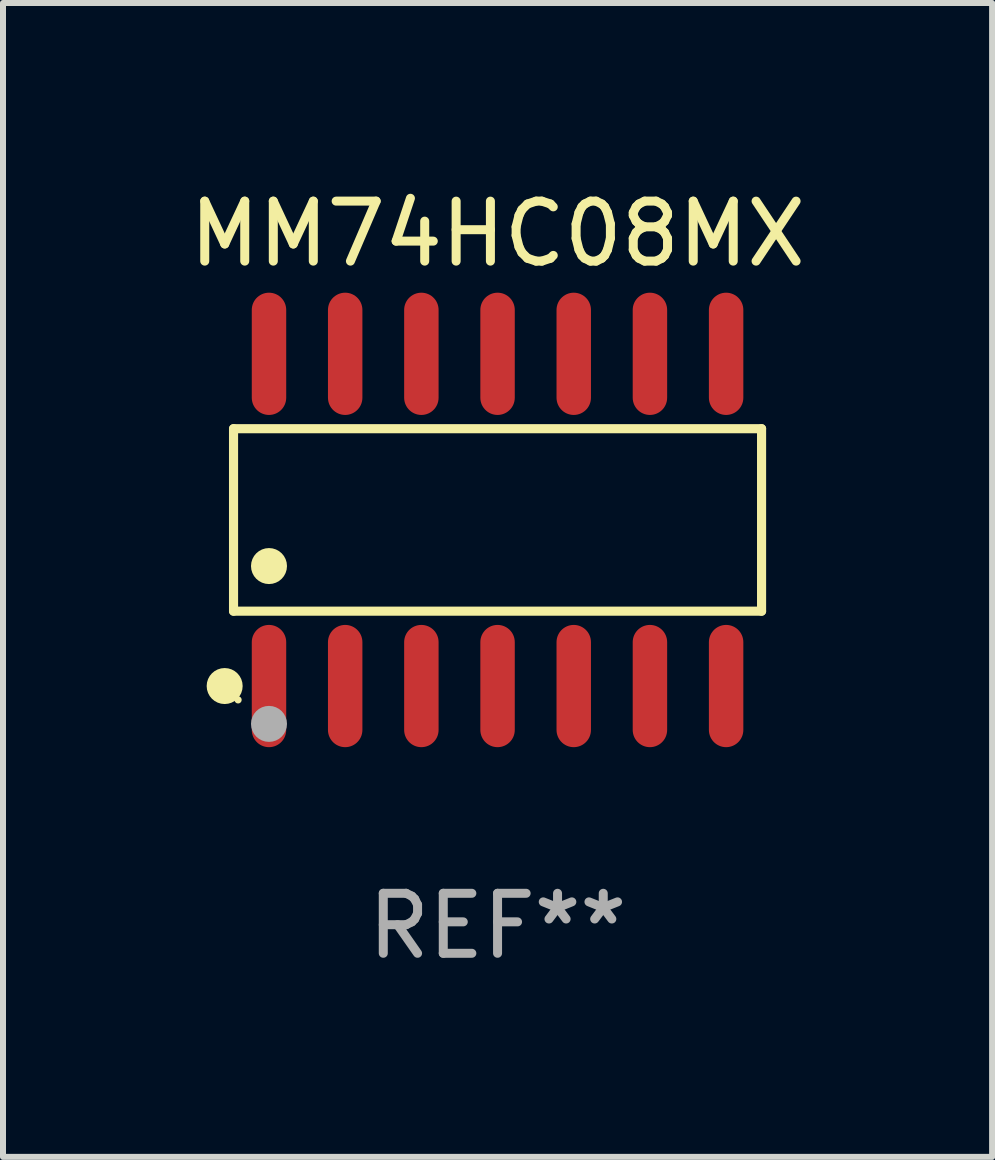
<source format=kicad_pcb>
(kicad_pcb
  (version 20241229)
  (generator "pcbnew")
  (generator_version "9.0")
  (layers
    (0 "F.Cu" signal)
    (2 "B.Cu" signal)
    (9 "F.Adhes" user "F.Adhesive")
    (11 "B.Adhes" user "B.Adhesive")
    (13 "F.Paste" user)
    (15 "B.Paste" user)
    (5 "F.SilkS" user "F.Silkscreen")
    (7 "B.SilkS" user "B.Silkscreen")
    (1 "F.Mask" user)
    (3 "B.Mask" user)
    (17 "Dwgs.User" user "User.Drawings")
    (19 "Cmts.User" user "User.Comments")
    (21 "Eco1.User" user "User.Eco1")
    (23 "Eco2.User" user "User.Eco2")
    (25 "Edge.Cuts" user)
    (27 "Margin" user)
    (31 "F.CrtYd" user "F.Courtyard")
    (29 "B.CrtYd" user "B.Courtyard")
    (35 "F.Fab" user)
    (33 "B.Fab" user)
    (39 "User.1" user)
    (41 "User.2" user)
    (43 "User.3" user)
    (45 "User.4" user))
  (footprint "MM74HC08MX"
    (layer "F.Cu")
    (at 5.244 5.617)
    (property "Reference" "MM74HC08MX" (at 0 -4.769 0) (layer "F.SilkS") (effects (font (size 1 1) (thickness 0.15))))
    (attr through_hole)
    (fp_line (start -4.401 -1.521) (end 4.401 -1.521) (stroke (width 0.152) (type solid)) (layer "F.SilkS"))
    (fp_line (start -4.401 1.521) (end -4.401 -1.521) (stroke (width 0.152) (type solid)) (layer "F.SilkS"))
    (fp_line (start 4.401 -1.521) (end 4.401 1.521) (stroke (width 0.152) (type solid)) (layer "F.SilkS"))
    (fp_line (start 4.401 1.521) (end -4.401 1.521) (stroke (width 0.152) (type solid)) (layer "F.SilkS"))
    (fp_circle (center -4.549 2.769) (end -4.399 2.769) (stroke (width 0.3) (type solid)) (fill no) (layer "F.SilkS"))
    (fp_circle (center -4.325 3) (end -4.295 3) (stroke (width 0.06) (type solid)) (fill no) (layer "F.SilkS"))
    (fp_circle (center -3.81 0.769) (end -3.66 0.769) (stroke (width 0.3) (type solid)) (fill no) (layer "F.SilkS"))
    (fp_circle (center -3.81 3.4) (end -3.66 3.4) (stroke (width 0.3) (type solid)) (fill no) (layer "F.Fab"))
    (fp_text user "REF**" (at 0 6.769 0) (layer "F.Fab") (effects (font (size 1 1) (thickness 0.15))))
    (pad "1" smd oval (at -3.81 2.769) (size 0.574 2.038) (layers "F.Cu" "F.Mask" "F.Paste"))
    (pad "2" smd oval (at -2.54 2.769) (size 0.574 2.038) (layers "F.Cu" "F.Mask" "F.Paste"))
    (pad "3" smd oval (at -1.27 2.769) (size 0.574 2.038) (layers "F.Cu" "F.Mask" "F.Paste"))
    (pad "4" smd oval (at 0 2.769) (size 0.574 2.038) (layers "F.Cu" "F.Mask" "F.Paste"))
    (pad "5" smd oval (at 1.27 2.769) (size 0.574 2.038) (layers "F.Cu" "F.Mask" "F.Paste"))
    (pad "6" smd oval (at 2.54 2.769) (size 0.574 2.038) (layers "F.Cu" "F.Mask" "F.Paste"))
    (pad "7" smd oval (at 3.81 2.769) (size 0.574 2.038) (layers "F.Cu" "F.Mask" "F.Paste"))
    (pad "8" smd oval (at 3.81 -2.769) (size 0.574 2.038) (layers "F.Cu" "F.Mask" "F.Paste"))
    (pad "9" smd oval (at 2.54 -2.769) (size 0.574 2.038) (layers "F.Cu" "F.Mask" "F.Paste"))
    (pad "10" smd oval (at 1.27 -2.769) (size 0.574 2.038) (layers "F.Cu" "F.Mask" "F.Paste"))
    (pad "11" smd oval (at 0 -2.769) (size 0.574 2.038) (layers "F.Cu" "F.Mask" "F.Paste"))
    (pad "12" smd oval (at -1.27 -2.769) (size 0.574 2.038) (layers "F.Cu" "F.Mask" "F.Paste"))
    (pad "13" smd oval (at -2.54 -2.769) (size 0.574 2.038) (layers "F.Cu" "F.Mask" "F.Paste"))
    (pad "14" smd oval (at -3.81 -2.769) (size 0.574 2.038) (layers "F.Cu" "F.Mask" "F.Paste")))
  (gr_rect
    (start -3 -3)
    (end 13.488 16.235)
    (stroke (width 0.1) (type default))
    (fill no)
    (layer "Edge.Cuts")))
</source>
